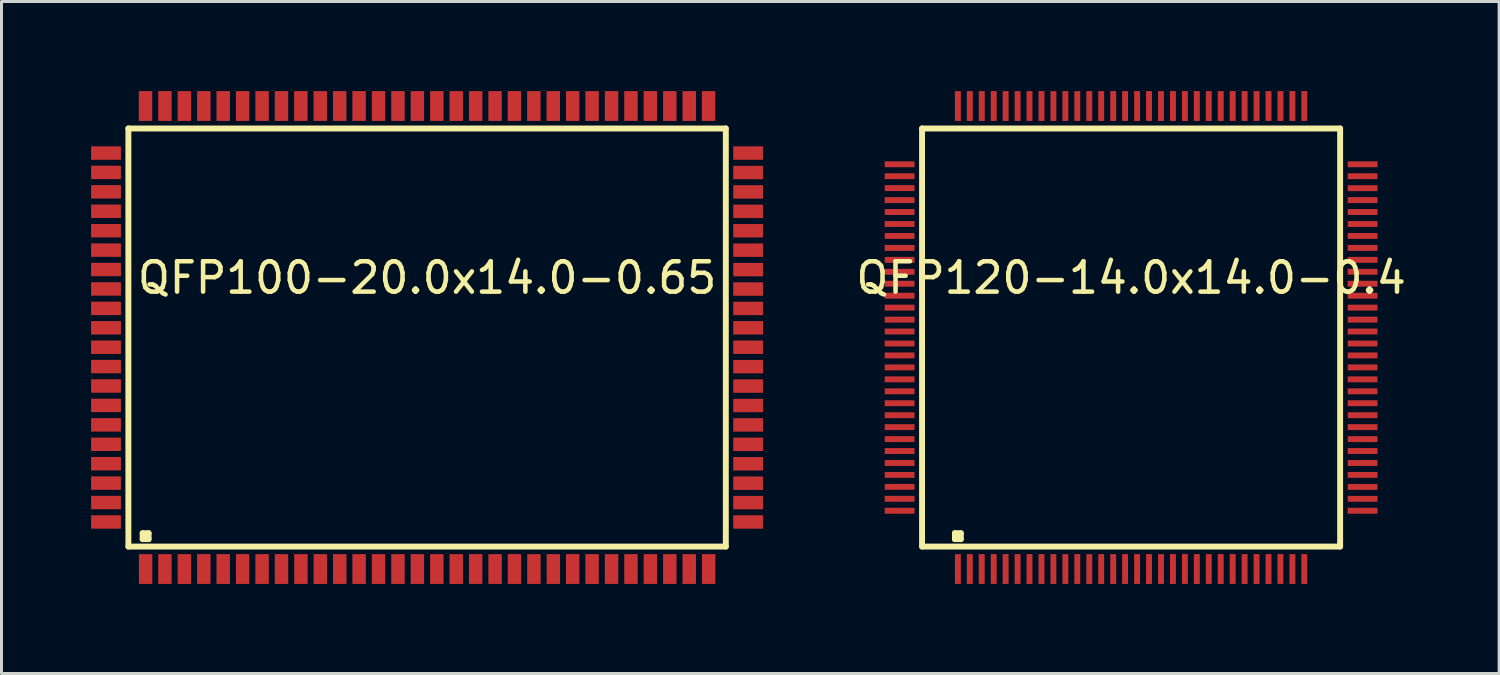
<source format=kicad_pcb>
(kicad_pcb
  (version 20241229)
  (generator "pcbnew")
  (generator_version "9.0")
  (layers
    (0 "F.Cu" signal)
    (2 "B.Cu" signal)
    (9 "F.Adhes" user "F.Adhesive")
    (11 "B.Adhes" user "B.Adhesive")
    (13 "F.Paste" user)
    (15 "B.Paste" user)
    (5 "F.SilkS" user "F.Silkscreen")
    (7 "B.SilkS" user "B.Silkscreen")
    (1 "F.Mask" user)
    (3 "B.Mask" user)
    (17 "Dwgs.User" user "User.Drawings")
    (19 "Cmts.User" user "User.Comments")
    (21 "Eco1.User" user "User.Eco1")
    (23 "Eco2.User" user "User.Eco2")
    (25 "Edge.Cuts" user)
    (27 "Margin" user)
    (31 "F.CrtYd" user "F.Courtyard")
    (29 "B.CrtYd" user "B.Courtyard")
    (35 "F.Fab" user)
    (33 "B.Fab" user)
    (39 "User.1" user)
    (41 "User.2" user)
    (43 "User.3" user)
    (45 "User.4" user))
  (footprint "QFP100-20.0x14.0-0.65"
    (layer "F.Cu")
    (at 11.248 8.249)
    (property "Reference" "QFP100-20.0x14.0-0.65" (at 0 -1.999 0) (layer "F.SilkS") (effects (font (size 1.016 1.016) (thickness 0.152))))
    (attr through_hole)
    (fp_line (start -10 -6.998) (end 10 -6.998) (stroke (width 0.198) (type solid)) (layer "F.SilkS"))
    (fp_line (start -10 6.998) (end -10 -6.998) (stroke (width 0.198) (type solid)) (layer "F.SilkS"))
    (fp_line (start -9.522 6.551) (end -9.324 6.551) (stroke (width 0.198) (type solid)) (layer "F.SilkS"))
    (fp_line (start -9.522 6.749) (end -9.522 6.551) (stroke (width 0.198) (type solid)) (layer "F.SilkS"))
    (fp_line (start -9.324 6.551) (end -9.324 6.749) (stroke (width 0.198) (type solid)) (layer "F.SilkS"))
    (fp_line (start -9.324 6.749) (end -9.522 6.749) (stroke (width 0.198) (type solid)) (layer "F.SilkS"))
    (fp_line (start 10 -6.998) (end 10 6.998) (stroke (width 0.198) (type solid)) (layer "F.SilkS"))
    (fp_line (start 10 6.998) (end -10 6.998) (stroke (width 0.198) (type solid)) (layer "F.SilkS"))
    (pad "1" smd rect (at -9.423 7.75) (size 0.45 0.998) (layers "*.Mask" "F.Cu"))
    (pad "2" smd rect (at -8.776 7.75) (size 0.45 0.998) (layers "*.Mask" "F.Cu"))
    (pad "3" smd rect (at -8.125 7.75) (size 0.45 0.998) (layers "*.Mask" "F.Cu"))
    (pad "4" smd rect (at -7.475 7.75) (size 0.45 0.998) (layers "*.Mask" "F.Cu"))
    (pad "5" smd rect (at -6.825 7.75) (size 0.45 0.998) (layers "*.Mask" "F.Cu"))
    (pad "6" smd rect (at -6.175 7.75) (size 0.45 0.998) (layers "*.Mask" "F.Cu"))
    (pad "7" smd rect (at -5.524 7.75) (size 0.45 0.998) (layers "*.Mask" "F.Cu"))
    (pad "8" smd rect (at -4.874 7.75) (size 0.45 0.998) (layers "*.Mask" "F.Cu"))
    (pad "9" smd rect (at -4.224 7.75) (size 0.45 0.998) (layers "*.Mask" "F.Cu"))
    (pad "10" smd rect (at -3.574 7.75) (size 0.45 0.998) (layers "*.Mask" "F.Cu"))
    (pad "11" smd rect (at -2.924 7.75) (size 0.45 0.998) (layers "*.Mask" "F.Cu"))
    (pad "12" smd rect (at -2.276 7.75) (size 0.45 0.998) (layers "*.Mask" "F.Cu"))
    (pad "13" smd rect (at -1.626 7.75) (size 0.45 0.998) (layers "*.Mask" "F.Cu"))
    (pad "14" smd rect (at -0.975 7.75) (size 0.45 0.998) (layers "*.Mask" "F.Cu"))
    (pad "15" smd rect (at -0.325 7.75) (size 0.45 0.998) (layers "*.Mask" "F.Cu"))
    (pad "16" smd rect (at 0.325 7.75) (size 0.45 0.998) (layers "*.Mask" "F.Cu"))
    (pad "17" smd rect (at 0.975 7.75) (size 0.45 0.998) (layers "*.Mask" "F.Cu"))
    (pad "18" smd rect (at 1.626 7.75) (size 0.45 0.998) (layers "*.Mask" "F.Cu"))
    (pad "19" smd rect (at 2.276 7.75) (size 0.45 0.998) (layers "*.Mask" "F.Cu"))
    (pad "20" smd rect (at 2.926 7.75) (size 0.45 0.998) (layers "*.Mask" "F.Cu"))
    (pad "21" smd rect (at 3.576 7.75) (size 0.45 0.998) (layers "*.Mask" "F.Cu"))
    (pad "22" smd rect (at 4.227 7.75) (size 0.45 0.998) (layers "*.Mask" "F.Cu"))
    (pad "23" smd rect (at 4.874 7.75) (size 0.45 0.998) (layers "*.Mask" "F.Cu"))
    (pad "24" smd rect (at 5.524 7.75) (size 0.45 0.998) (layers "*.Mask" "F.Cu"))
    (pad "25" smd rect (at 6.175 7.75) (size 0.45 0.998) (layers "*.Mask" "F.Cu"))
    (pad "26" smd rect (at 6.825 7.75) (size 0.45 0.998) (layers "*.Mask" "F.Cu"))
    (pad "27" smd rect (at 7.475 7.75) (size 0.45 0.998) (layers "*.Mask" "F.Cu"))
    (pad "28" smd rect (at 8.125 7.75) (size 0.45 0.998) (layers "*.Mask" "F.Cu"))
    (pad "29" smd rect (at 8.776 7.75) (size 0.45 0.998) (layers "*.Mask" "F.Cu"))
    (pad "30" smd rect (at 9.426 7.75) (size 0.45 0.998) (layers "*.Mask" "F.Cu"))
    (pad "31" smd rect (at 10.749 6.175 90) (size 0.45 0.998) (layers "*.Mask" "F.Cu"))
    (pad "32" smd rect (at 10.749 5.527 90) (size 0.45 0.998) (layers "*.Mask" "F.Cu"))
    (pad "33" smd rect (at 10.749 4.877 90) (size 0.45 0.998) (layers "*.Mask" "F.Cu"))
    (pad "34" smd rect (at 10.749 4.227 90) (size 0.45 0.998) (layers "*.Mask" "F.Cu"))
    (pad "35" smd rect (at 10.749 3.576 90) (size 0.45 0.998) (layers "*.Mask" "F.Cu"))
    (pad "36" smd rect (at 10.749 2.926 90) (size 0.45 0.998) (layers "*.Mask" "F.Cu"))
    (pad "37" smd rect (at 10.749 2.276 90) (size 0.45 0.998) (layers "*.Mask" "F.Cu"))
    (pad "38" smd rect (at 10.749 1.626 90) (size 0.45 0.998) (layers "*.Mask" "F.Cu"))
    (pad "39" smd rect (at 10.749 0.975 90) (size 0.45 0.998) (layers "*.Mask" "F.Cu"))
    (pad "40" smd rect (at 10.749 0.325 90) (size 0.45 0.998) (layers "*.Mask" "F.Cu"))
    (pad "41" smd rect (at 10.749 -0.325 90) (size 0.45 0.998) (layers "*.Mask" "F.Cu"))
    (pad "42" smd rect (at 10.749 -0.973 90) (size 0.45 0.998) (layers "*.Mask" "F.Cu"))
    (pad "43" smd rect (at 10.749 -1.623 90) (size 0.45 0.998) (layers "*.Mask" "F.Cu"))
    (pad "44" smd rect (at 10.749 -2.273 90) (size 0.45 0.998) (layers "*.Mask" "F.Cu"))
    (pad "45" smd rect (at 10.749 -2.924 90) (size 0.45 0.998) (layers "*.Mask" "F.Cu"))
    (pad "46" smd rect (at 10.749 -3.574 90) (size 0.45 0.998) (layers "*.Mask" "F.Cu"))
    (pad "47" smd rect (at 10.749 -4.224 90) (size 0.45 0.998) (layers "*.Mask" "F.Cu"))
    (pad "48" smd rect (at 10.749 -4.874 90) (size 0.45 0.998) (layers "*.Mask" "F.Cu"))
    (pad "49" smd rect (at 10.749 -5.524 90) (size 0.45 0.998) (layers "*.Mask" "F.Cu"))
    (pad "50" smd rect (at 10.749 -6.175 90) (size 0.45 0.998) (layers "*.Mask" "F.Cu"))
    (pad "51" smd rect (at 9.423 -7.75) (size 0.45 0.998) (layers "*.Mask" "F.Cu"))
    (pad "52" smd rect (at 8.776 -7.75) (size 0.45 0.998) (layers "*.Mask" "F.Cu"))
    (pad "53" smd rect (at 8.125 -7.75) (size 0.45 0.998) (layers "*.Mask" "F.Cu"))
    (pad "54" smd rect (at 7.475 -7.75) (size 0.45 0.998) (layers "*.Mask" "F.Cu"))
    (pad "55" smd rect (at 6.825 -7.75) (size 0.45 0.998) (layers "*.Mask" "F.Cu"))
    (pad "56" smd rect (at 6.175 -7.75) (size 0.45 0.998) (layers "*.Mask" "F.Cu"))
    (pad "57" smd rect (at 5.524 -7.75) (size 0.45 0.998) (layers "*.Mask" "F.Cu"))
    (pad "58" smd rect (at 4.874 -7.75) (size 0.45 0.998) (layers "*.Mask" "F.Cu"))
    (pad "59" smd rect (at 4.224 -7.75) (size 0.45 0.998) (layers "*.Mask" "F.Cu"))
    (pad "60" smd rect (at 3.574 -7.75) (size 0.45 0.998) (layers "*.Mask" "F.Cu"))
    (pad "61" smd rect (at 2.924 -7.75) (size 0.45 0.998) (layers "*.Mask" "F.Cu"))
    (pad "62" smd rect (at 2.276 -7.75) (size 0.45 0.998) (layers "*.Mask" "F.Cu"))
    (pad "63" smd rect (at 1.626 -7.75) (size 0.45 0.998) (layers "*.Mask" "F.Cu"))
    (pad "64" smd rect (at 0.975 -7.75) (size 0.45 0.998) (layers "*.Mask" "F.Cu"))
    (pad "65" smd rect (at 0.325 -7.75) (size 0.45 0.998) (layers "*.Mask" "F.Cu"))
    (pad "66" smd rect (at -0.325 -7.75) (size 0.45 0.998) (layers "*.Mask" "F.Cu"))
    (pad "67" smd rect (at -0.975 -7.75) (size 0.45 0.998) (layers "*.Mask" "F.Cu"))
    (pad "68" smd rect (at -1.626 -7.75) (size 0.45 0.998) (layers "*.Mask" "F.Cu"))
    (pad "69" smd rect (at -2.276 -7.75) (size 0.45 0.998) (layers "*.Mask" "F.Cu"))
    (pad "70" smd rect (at -2.926 -7.75) (size 0.45 0.998) (layers "*.Mask" "F.Cu"))
    (pad "71" smd rect (at -3.576 -7.75) (size 0.45 0.998) (layers "*.Mask" "F.Cu"))
    (pad "72" smd rect (at -4.227 -7.75) (size 0.45 0.998) (layers "*.Mask" "F.Cu"))
    (pad "73" smd rect (at -4.874 -7.75) (size 0.45 0.998) (layers "*.Mask" "F.Cu"))
    (pad "74" smd rect (at -5.524 -7.75) (size 0.45 0.998) (layers "*.Mask" "F.Cu"))
    (pad "75" smd rect (at -6.175 -7.75) (size 0.45 0.998) (layers "*.Mask" "F.Cu"))
    (pad "76" smd rect (at -6.825 -7.75) (size 0.45 0.998) (layers "*.Mask" "F.Cu"))
    (pad "77" smd rect (at -7.475 -7.75) (size 0.45 0.998) (layers "*.Mask" "F.Cu"))
    (pad "78" smd rect (at -8.125 -7.75) (size 0.45 0.998) (layers "*.Mask" "F.Cu"))
    (pad "79" smd rect (at -8.776 -7.75) (size 0.45 0.998) (layers "*.Mask" "F.Cu"))
    (pad "80" smd rect (at -9.426 -7.75) (size 0.45 0.998) (layers "*.Mask" "F.Cu"))
    (pad "81" smd rect (at -10.749 -6.175 90) (size 0.45 0.998) (layers "*.Mask" "F.Cu"))
    (pad "82" smd rect (at -10.749 -5.527 90) (size 0.45 0.998) (layers "*.Mask" "F.Cu"))
    (pad "83" smd rect (at -10.749 -4.877 90) (size 0.45 0.998) (layers "*.Mask" "F.Cu"))
    (pad "84" smd rect (at -10.749 -4.227 90) (size 0.45 0.998) (layers "*.Mask" "F.Cu"))
    (pad "85" smd rect (at -10.749 -3.576 90) (size 0.45 0.998) (layers "*.Mask" "F.Cu"))
    (pad "86" smd rect (at -10.749 -2.926 90) (size 0.45 0.998) (layers "*.Mask" "F.Cu"))
    (pad "87" smd rect (at -10.749 -2.276 90) (size 0.45 0.998) (layers "*.Mask" "F.Cu"))
    (pad "88" smd rect (at -10.749 -1.626 90) (size 0.45 0.998) (layers "*.Mask" "F.Cu"))
    (pad "89" smd rect (at -10.749 -0.975 90) (size 0.45 0.998) (layers "*.Mask" "F.Cu"))
    (pad "90" smd rect (at -10.749 -0.325 90) (size 0.45 0.998) (layers "*.Mask" "F.Cu"))
    (pad "91" smd rect (at -10.749 0.325 90) (size 0.45 0.998) (layers "*.Mask" "F.Cu"))
    (pad "92" smd rect (at -10.749 0.973 90) (size 0.45 0.998) (layers "*.Mask" "F.Cu"))
    (pad "93" smd rect (at -10.749 1.623 90) (size 0.45 0.998) (layers "*.Mask" "F.Cu"))
    (pad "94" smd rect (at -10.749 2.273 90) (size 0.45 0.998) (layers "*.Mask" "F.Cu"))
    (pad "95" smd rect (at -10.749 2.924 90) (size 0.45 0.998) (layers "*.Mask" "F.Cu"))
    (pad "96" smd rect (at -10.749 3.574 90) (size 0.45 0.998) (layers "*.Mask" "F.Cu"))
    (pad "97" smd rect (at -10.749 4.224 90) (size 0.45 0.998) (layers "*.Mask" "F.Cu"))
    (pad "98" smd rect (at -10.749 4.874 90) (size 0.45 0.998) (layers "*.Mask" "F.Cu"))
    (pad "99" smd rect (at -10.749 5.524 90) (size 0.45 0.998) (layers "*.Mask" "F.Cu"))
    (pad "100" smd rect (at -10.749 6.175 90) (size 0.45 0.998) (layers "*.Mask" "F.Cu")))
  (footprint "QFP120-14.0x14.0-0.4"
    (layer "F.Cu")
    (at 34.816 8.249)
    (property "Reference" "QFP120-14.0x14.0-0.4" (at 0 -1.999 0) (layer "F.SilkS") (effects (font (size 1.016 1.016) (thickness 0.152))))
    (attr through_hole)
    (fp_line (start -6.998 -6.998) (end 6.998 -6.998) (stroke (width 0.198) (type solid)) (layer "F.SilkS"))
    (fp_line (start -6.998 6.998) (end -6.998 -6.998) (stroke (width 0.198) (type solid)) (layer "F.SilkS"))
    (fp_line (start -5.898 6.551) (end -5.7 6.551) (stroke (width 0.198) (type solid)) (layer "F.SilkS"))
    (fp_line (start -5.898 6.749) (end -5.898 6.551) (stroke (width 0.198) (type solid)) (layer "F.SilkS"))
    (fp_line (start -5.7 6.551) (end -5.7 6.749) (stroke (width 0.198) (type solid)) (layer "F.SilkS"))
    (fp_line (start -5.7 6.749) (end -5.898 6.749) (stroke (width 0.198) (type solid)) (layer "F.SilkS"))
    (fp_line (start 6.998 -6.998) (end 6.998 6.998) (stroke (width 0.198) (type solid)) (layer "F.SilkS"))
    (fp_line (start 6.998 6.998) (end -6.998 6.998) (stroke (width 0.198) (type solid)) (layer "F.SilkS"))
    (pad "1" smd rect (at -5.799 7.75) (size 0.198 0.998) (layers "*.Mask" "F.Cu"))
    (pad "2" smd rect (at -5.4 7.75) (size 0.198 0.998) (layers "*.Mask" "F.Cu"))
    (pad "3" smd rect (at -5.001 7.75) (size 0.198 0.998) (layers "*.Mask" "F.Cu"))
    (pad "4" smd rect (at -4.6 7.75) (size 0.198 0.998) (layers "*.Mask" "F.Cu"))
    (pad "5" smd rect (at -4.201 7.75) (size 0.198 0.998) (layers "*.Mask" "F.Cu"))
    (pad "6" smd rect (at -3.8 7.75) (size 0.198 0.998) (layers "*.Mask" "F.Cu"))
    (pad "7" smd rect (at -3.401 7.75) (size 0.198 0.998) (layers "*.Mask" "F.Cu"))
    (pad "8" smd rect (at -3 7.75) (size 0.198 0.998) (layers "*.Mask" "F.Cu"))
    (pad "9" smd rect (at -2.601 7.75) (size 0.198 0.998) (layers "*.Mask" "F.Cu"))
    (pad "10" smd rect (at -2.2 7.75) (size 0.198 0.998) (layers "*.Mask" "F.Cu"))
    (pad "11" smd rect (at -1.801 7.75) (size 0.198 0.998) (layers "*.Mask" "F.Cu"))
    (pad "12" smd rect (at -1.4 7.75) (size 0.198 0.998) (layers "*.Mask" "F.Cu"))
    (pad "13" smd rect (at -1.001 7.75) (size 0.198 0.998) (layers "*.Mask" "F.Cu"))
    (pad "14" smd rect (at -0.599 7.75) (size 0.198 0.998) (layers "*.Mask" "F.Cu"))
    (pad "15" smd rect (at -0.201 7.75) (size 0.198 0.998) (layers "*.Mask" "F.Cu"))
    (pad "16" smd rect (at 0.201 7.75) (size 0.198 0.998) (layers "*.Mask" "F.Cu"))
    (pad "17" smd rect (at 0.599 7.75) (size 0.198 0.998) (layers "*.Mask" "F.Cu"))
    (pad "18" smd rect (at 1.001 7.75) (size 0.198 0.998) (layers "*.Mask" "F.Cu"))
    (pad "19" smd rect (at 1.4 7.75) (size 0.198 0.998) (layers "*.Mask" "F.Cu"))
    (pad "20" smd rect (at 1.801 7.75) (size 0.198 0.998) (layers "*.Mask" "F.Cu"))
    (pad "21" smd rect (at 2.2 7.75) (size 0.198 0.998) (layers "*.Mask" "F.Cu"))
    (pad "22" smd rect (at 2.601 7.75) (size 0.198 0.998) (layers "*.Mask" "F.Cu"))
    (pad "23" smd rect (at 3 7.75) (size 0.198 0.998) (layers "*.Mask" "F.Cu"))
    (pad "24" smd rect (at 3.401 7.75) (size 0.198 0.998) (layers "*.Mask" "F.Cu"))
    (pad "25" smd rect (at 3.8 7.75) (size 0.198 0.998) (layers "*.Mask" "F.Cu"))
    (pad "26" smd rect (at 4.201 7.75) (size 0.198 0.998) (layers "*.Mask" "F.Cu"))
    (pad "27" smd rect (at 4.6 7.75) (size 0.198 0.998) (layers "*.Mask" "F.Cu"))
    (pad "28" smd rect (at 4.999 7.75) (size 0.198 0.998) (layers "*.Mask" "F.Cu"))
    (pad "29" smd rect (at 5.4 7.75) (size 0.198 0.998) (layers "*.Mask" "F.Cu"))
    (pad "30" smd rect (at 5.799 7.75) (size 0.198 0.998) (layers "*.Mask" "F.Cu"))
    (pad "31" smd rect (at 7.75 5.799 90) (size 0.198 0.998) (layers "*.Mask" "F.Cu"))
    (pad "32" smd rect (at 7.75 5.4 90) (size 0.198 0.998) (layers "*.Mask" "F.Cu"))
    (pad "33" smd rect (at 7.75 5.001 90) (size 0.198 0.998) (layers "*.Mask" "F.Cu"))
    (pad "34" smd rect (at 7.75 4.6 90) (size 0.198 0.998) (layers "*.Mask" "F.Cu"))
    (pad "35" smd rect (at 7.75 4.201 90) (size 0.198 0.998) (layers "*.Mask" "F.Cu"))
    (pad "36" smd rect (at 7.75 3.8 90) (size 0.198 0.998) (layers "*.Mask" "F.Cu"))
    (pad "37" smd rect (at 7.75 3.401 90) (size 0.198 0.998) (layers "*.Mask" "F.Cu"))
    (pad "38" smd rect (at 7.75 3 90) (size 0.198 0.998) (layers "*.Mask" "F.Cu"))
    (pad "39" smd rect (at 7.75 2.601 90) (size 0.198 0.998) (layers "*.Mask" "F.Cu"))
    (pad "40" smd rect (at 7.75 2.2 90) (size 0.198 0.998) (layers "*.Mask" "F.Cu"))
    (pad "41" smd rect (at 7.75 1.801 90) (size 0.198 0.998) (layers "*.Mask" "F.Cu"))
    (pad "42" smd rect (at 7.75 1.4 90) (size 0.198 0.998) (layers "*.Mask" "F.Cu"))
    (pad "43" smd rect (at 7.75 1.001 90) (size 0.198 0.998) (layers "*.Mask" "F.Cu"))
    (pad "44" smd rect (at 7.75 0.599 90) (size 0.198 0.998) (layers "*.Mask" "F.Cu"))
    (pad "45" smd rect (at 7.75 0.201 90) (size 0.198 0.998) (layers "*.Mask" "F.Cu"))
    (pad "46" smd rect (at 7.75 -0.201 90) (size 0.198 0.998) (layers "*.Mask" "F.Cu"))
    (pad "47" smd rect (at 7.75 -0.599 90) (size 0.198 0.998) (layers "*.Mask" "F.Cu"))
    (pad "48" smd rect (at 7.75 -1.001 90) (size 0.198 0.998) (layers "*.Mask" "F.Cu"))
    (pad "49" smd rect (at 7.75 -1.4 90) (size 0.198 0.998) (layers "*.Mask" "F.Cu"))
    (pad "50" smd rect (at 7.75 -1.801 90) (size 0.198 0.998) (layers "*.Mask" "F.Cu"))
    (pad "51" smd rect (at 7.75 -2.2 90) (size 0.198 0.998) (layers "*.Mask" "F.Cu"))
    (pad "52" smd rect (at 7.75 -2.601 90) (size 0.198 0.998) (layers "*.Mask" "F.Cu"))
    (pad "53" smd rect (at 7.75 -3 90) (size 0.198 0.998) (layers "*.Mask" "F.Cu"))
    (pad "54" smd rect (at 7.75 -3.401 90) (size 0.198 0.998) (layers "*.Mask" "F.Cu"))
    (pad "55" smd rect (at 7.75 -3.8 90) (size 0.198 0.998) (layers "*.Mask" "F.Cu"))
    (pad "56" smd rect (at 7.75 -4.201 90) (size 0.198 0.998) (layers "*.Mask" "F.Cu"))
    (pad "57" smd rect (at 7.75 -4.6 90) (size 0.198 0.998) (layers "*.Mask" "F.Cu"))
    (pad "58" smd rect (at 7.75 -4.999 90) (size 0.198 0.998) (layers "*.Mask" "F.Cu"))
    (pad "59" smd rect (at 7.75 -5.4 90) (size 0.198 0.998) (layers "*.Mask" "F.Cu"))
    (pad "60" smd rect (at 7.75 -5.799 90) (size 0.198 0.998) (layers "*.Mask" "F.Cu"))
    (pad "61" smd rect (at 5.799 -7.75) (size 0.198 0.998) (layers "*.Mask" "F.Cu"))
    (pad "62" smd rect (at 5.4 -7.75) (size 0.198 0.998) (layers "*.Mask" "F.Cu"))
    (pad "63" smd rect (at 5.001 -7.75) (size 0.198 0.998) (layers "*.Mask" "F.Cu"))
    (pad "64" smd rect (at 4.6 -7.75) (size 0.198 0.998) (layers "*.Mask" "F.Cu"))
    (pad "65" smd rect (at 4.201 -7.75) (size 0.198 0.998) (layers "*.Mask" "F.Cu"))
    (pad "66" smd rect (at 3.8 -7.75) (size 0.198 0.998) (layers "*.Mask" "F.Cu"))
    (pad "67" smd rect (at 3.401 -7.75) (size 0.198 0.998) (layers "*.Mask" "F.Cu"))
    (pad "68" smd rect (at 3 -7.75) (size 0.198 0.998) (layers "*.Mask" "F.Cu"))
    (pad "69" smd rect (at 2.601 -7.75) (size 0.198 0.998) (layers "*.Mask" "F.Cu"))
    (pad "70" smd rect (at 2.2 -7.75) (size 0.198 0.998) (layers "*.Mask" "F.Cu"))
    (pad "71" smd rect (at 1.801 -7.75) (size 0.198 0.998) (layers "*.Mask" "F.Cu"))
    (pad "72" smd rect (at 1.4 -7.75) (size 0.198 0.998) (layers "*.Mask" "F.Cu"))
    (pad "73" smd rect (at 1.001 -7.75) (size 0.198 0.998) (layers "*.Mask" "F.Cu"))
    (pad "74" smd rect (at 0.599 -7.75) (size 0.198 0.998) (layers "*.Mask" "F.Cu"))
    (pad "75" smd rect (at 0.201 -7.75) (size 0.198 0.998) (layers "*.Mask" "F.Cu"))
    (pad "76" smd rect (at -0.201 -7.75) (size 0.198 0.998) (layers "*.Mask" "F.Cu"))
    (pad "77" smd rect (at -0.599 -7.75) (size 0.198 0.998) (layers "*.Mask" "F.Cu"))
    (pad "78" smd rect (at -1.001 -7.75) (size 0.198 0.998) (layers "*.Mask" "F.Cu"))
    (pad "79" smd rect (at -1.4 -7.75) (size 0.198 0.998) (layers "*.Mask" "F.Cu"))
    (pad "80" smd rect (at -1.801 -7.75) (size 0.198 0.998) (layers "*.Mask" "F.Cu"))
    (pad "81" smd rect (at -2.2 -7.75) (size 0.198 0.998) (layers "*.Mask" "F.Cu"))
    (pad "82" smd rect (at -2.601 -7.75) (size 0.198 0.998) (layers "*.Mask" "F.Cu"))
    (pad "83" smd rect (at -3 -7.75) (size 0.198 0.998) (layers "*.Mask" "F.Cu"))
    (pad "84" smd rect (at -3.401 -7.75) (size 0.198 0.998) (layers "*.Mask" "F.Cu"))
    (pad "85" smd rect (at -3.8 -7.75) (size 0.198 0.998) (layers "*.Mask" "F.Cu"))
    (pad "86" smd rect (at -4.201 -7.75) (size 0.198 0.998) (layers "*.Mask" "F.Cu"))
    (pad "87" smd rect (at -4.6 -7.75) (size 0.198 0.998) (layers "*.Mask" "F.Cu"))
    (pad "88" smd rect (at -4.999 -7.75) (size 0.198 0.998) (layers "*.Mask" "F.Cu"))
    (pad "89" smd rect (at -5.4 -7.75) (size 0.198 0.998) (layers "*.Mask" "F.Cu"))
    (pad "90" smd rect (at -5.799 -7.75) (size 0.198 0.998) (layers "*.Mask" "F.Cu"))
    (pad "91" smd rect (at -7.75 -5.799 90) (size 0.198 0.998) (layers "*.Mask" "F.Cu"))
    (pad "92" smd rect (at -7.75 -5.4 90) (size 0.198 0.998) (layers "*.Mask" "F.Cu"))
    (pad "93" smd rect (at -7.75 -5.001 90) (size 0.198 0.998) (layers "*.Mask" "F.Cu"))
    (pad "94" smd rect (at -7.75 -4.6 90) (size 0.198 0.998) (layers "*.Mask" "F.Cu"))
    (pad "95" smd rect (at -7.75 -4.201 90) (size 0.198 0.998) (layers "*.Mask" "F.Cu"))
    (pad "96" smd rect (at -7.75 -3.8 90) (size 0.198 0.998) (layers "*.Mask" "F.Cu"))
    (pad "97" smd rect (at -7.75 -3.401 90) (size 0.198 0.998) (layers "*.Mask" "F.Cu"))
    (pad "98" smd rect (at -7.75 -3 90) (size 0.198 0.998) (layers "*.Mask" "F.Cu"))
    (pad "99" smd rect (at -7.75 -2.601 90) (size 0.198 0.998) (layers "*.Mask" "F.Cu"))
    (pad "100" smd rect (at -7.75 -2.2 90) (size 0.198 0.998) (layers "*.Mask" "F.Cu"))
    (pad "101" smd rect (at -7.75 -1.801 90) (size 0.198 0.998) (layers "*.Mask" "F.Cu"))
    (pad "102" smd rect (at -7.75 -1.4 90) (size 0.198 0.998) (layers "*.Mask" "F.Cu"))
    (pad "103" smd rect (at -7.75 -1.001 90) (size 0.198 0.998) (layers "*.Mask" "F.Cu"))
    (pad "104" smd rect (at -7.75 -0.599 90) (size 0.198 0.998) (layers "*.Mask" "F.Cu"))
    (pad "105" smd rect (at -7.75 -0.201 90) (size 0.198 0.998) (layers "*.Mask" "F.Cu"))
    (pad "106" smd rect (at -7.75 0.201 90) (size 0.198 0.998) (layers "*.Mask" "F.Cu"))
    (pad "107" smd rect (at -7.75 0.599 90) (size 0.198 0.998) (layers "*.Mask" "F.Cu"))
    (pad "108" smd rect (at -7.75 1.001 90) (size 0.198 0.998) (layers "*.Mask" "F.Cu"))
    (pad "109" smd rect (at -7.75 1.4 90) (size 0.198 0.998) (layers "*.Mask" "F.Cu"))
    (pad "110" smd rect (at -7.75 1.801 90) (size 0.198 0.998) (layers "*.Mask" "F.Cu"))
    (pad "111" smd rect (at -7.75 2.2 90) (size 0.198 0.998) (layers "*.Mask" "F.Cu"))
    (pad "112" smd rect (at -7.75 2.601 90) (size 0.198 0.998) (layers "*.Mask" "F.Cu"))
    (pad "113" smd rect (at -7.75 3 90) (size 0.198 0.998) (layers "*.Mask" "F.Cu"))
    (pad "114" smd rect (at -7.75 3.401 90) (size 0.198 0.998) (layers "*.Mask" "F.Cu"))
    (pad "115" smd rect (at -7.75 3.8 90) (size 0.198 0.998) (layers "*.Mask" "F.Cu"))
    (pad "116" smd rect (at -7.75 4.201 90) (size 0.198 0.998) (layers "*.Mask" "F.Cu"))
    (pad "117" smd rect (at -7.75 4.6 90) (size 0.198 0.998) (layers "*.Mask" "F.Cu"))
    (pad "118" smd rect (at -7.75 4.999 90) (size 0.198 0.998) (layers "*.Mask" "F.Cu"))
    (pad "119" smd rect (at -7.75 5.4 90) (size 0.198 0.998) (layers "*.Mask" "F.Cu"))
    (pad "120" smd rect (at -7.75 5.799 90) (size 0.198 0.998) (layers "*.Mask" "F.Cu")))
  (gr_rect
    (start -3 -3)
    (end 47.136 19.497)
    (stroke (width 0.1) (type default))
    (fill no)
    (layer "Edge.Cuts")))
</source>
